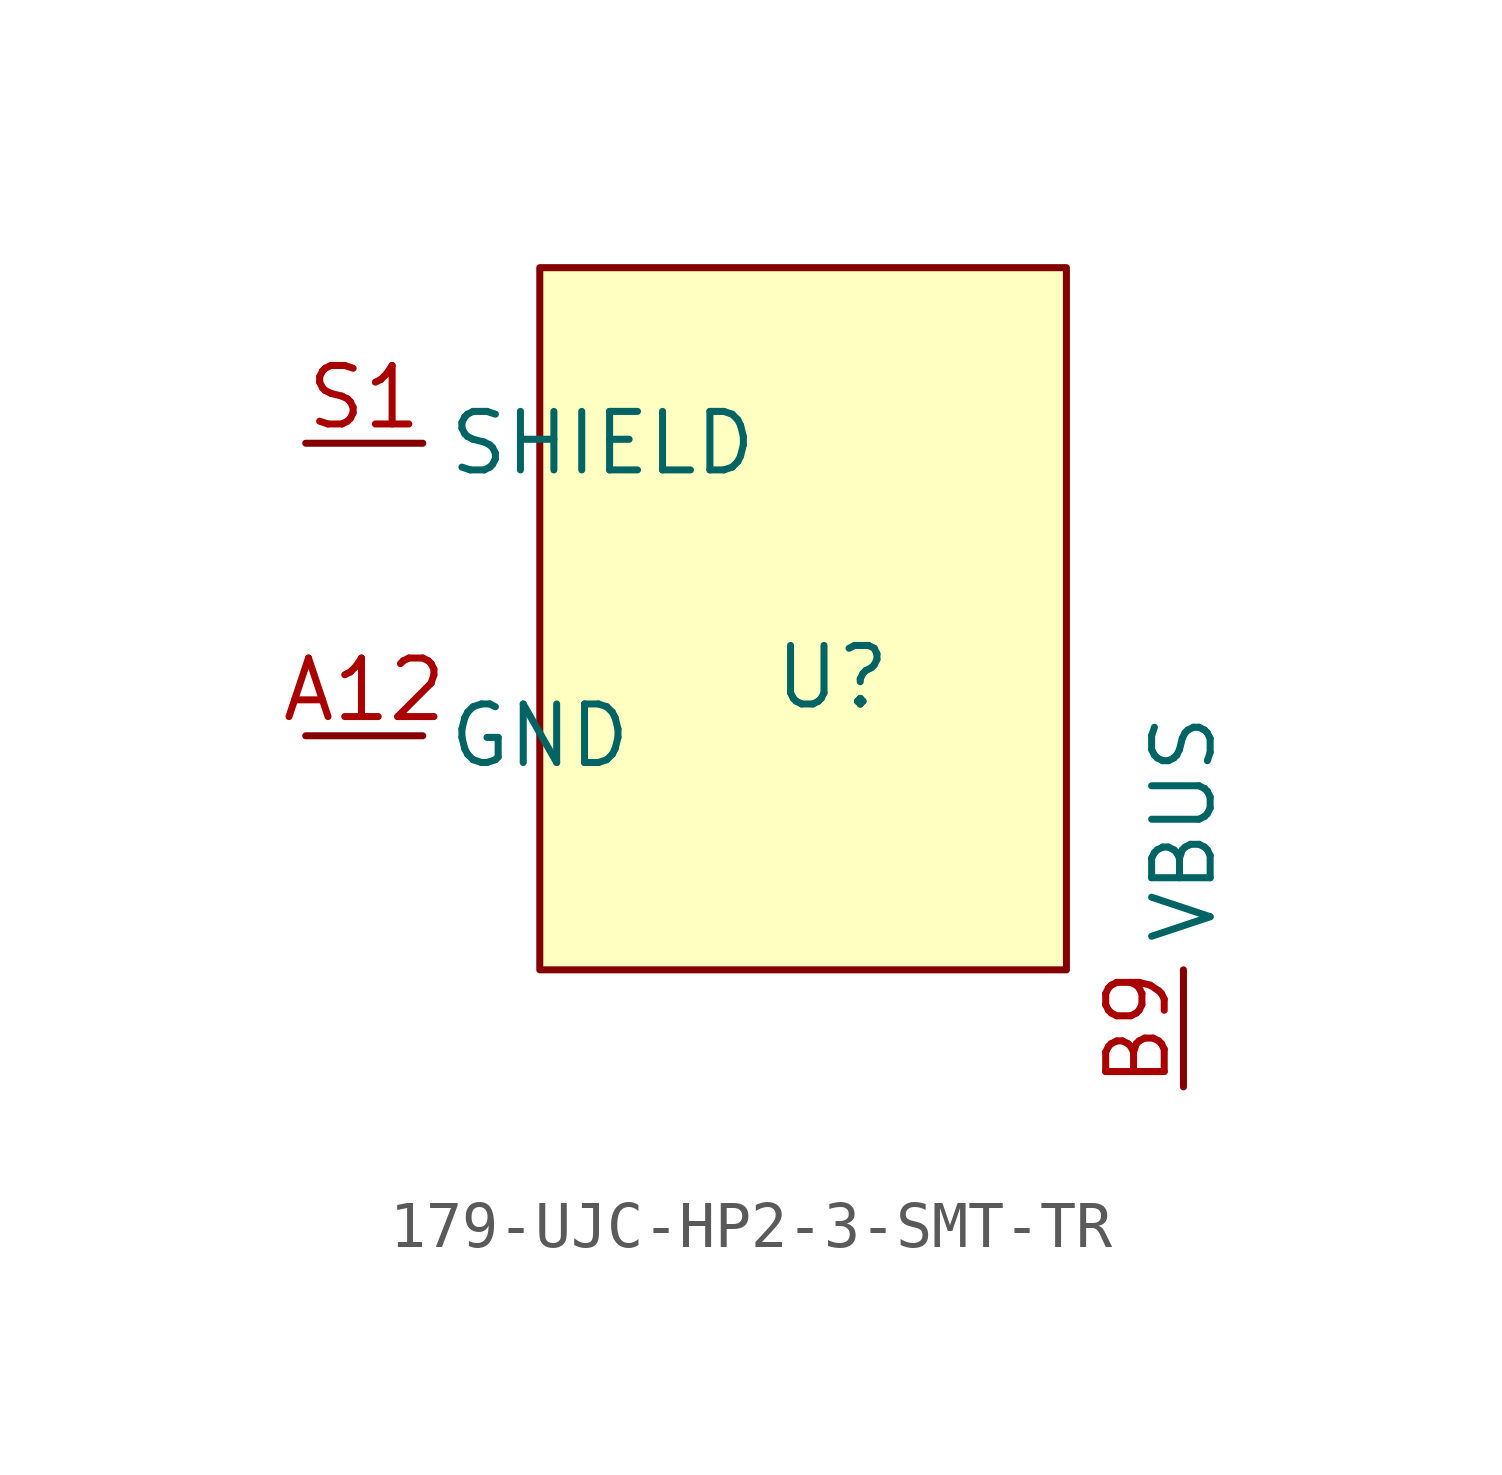
<source format=kicad_sym>
(kicad_symbol_lib
  (version 20241209)
  (generator "kicad_symbol_editor")
  (generator_version "9.0")
  (symbol "179-UJC-HP2-3-SMT-TR"
    (property "Reference" "U"
      (at 0 0 0)
      (effects (font (size 1.27 1.27))))
    (property "Value" ""
      (at 0 0 0)
      (effects (font (size 1.27 1.27))))
    (symbol "179-UJC-HP2-3-SMT-TR_1_1"
      (rectangle (start -6.35 8.89) (end 5.08 -6.35) (stroke (width 0) (type solid)) (fill (type color) (color 255 255 194 1)))
      (pin input line (at -11.43 5.08 0) (length 2.54) (name "SHIELD" (effects (font (size 1.27 1.27)))) (number "S1" (effects (font (size 1.27 1.27)))))
      (pin input line (at -11.43 -1.27 0) (length 2.54) (name "GND" (effects (font (size 1.27 1.27)))) (number "A12" (effects (font (size 1.27 1.27)))))
      (pin input line (at 7.62 -8.89 90) (length 2.54) (name "VBUS" (effects (font (size 1.27 1.27)))) (number "B9" (effects (font (size 1.27 1.27))))))))
</source>
